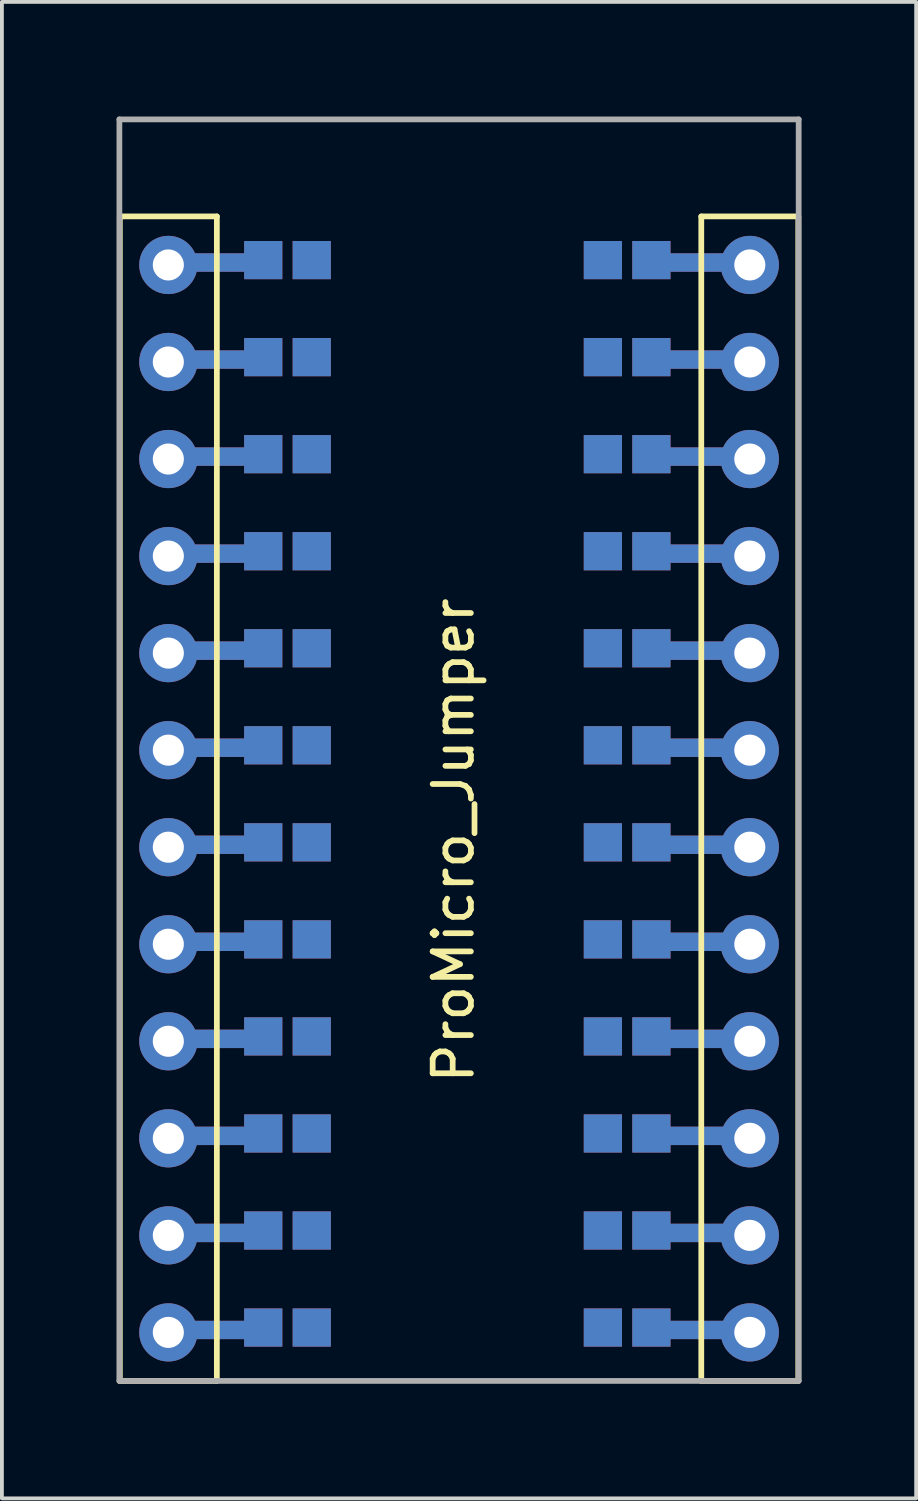
<source format=kicad_pcb>
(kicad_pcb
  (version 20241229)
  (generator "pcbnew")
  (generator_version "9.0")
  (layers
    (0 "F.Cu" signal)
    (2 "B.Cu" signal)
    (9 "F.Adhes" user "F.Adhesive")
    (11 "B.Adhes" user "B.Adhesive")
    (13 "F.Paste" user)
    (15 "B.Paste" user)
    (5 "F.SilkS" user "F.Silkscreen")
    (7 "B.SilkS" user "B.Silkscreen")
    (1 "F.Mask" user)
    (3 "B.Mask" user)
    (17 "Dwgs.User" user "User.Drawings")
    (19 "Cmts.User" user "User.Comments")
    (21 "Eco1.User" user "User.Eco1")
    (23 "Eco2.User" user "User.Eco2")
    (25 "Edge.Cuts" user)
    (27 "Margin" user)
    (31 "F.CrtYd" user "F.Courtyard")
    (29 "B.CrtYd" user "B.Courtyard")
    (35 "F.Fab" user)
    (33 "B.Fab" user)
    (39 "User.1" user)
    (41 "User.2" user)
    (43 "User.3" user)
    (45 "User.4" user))
  (footprint "ProMicro_Jumper"
    (layer "F.Cu")
    (at 8.92 18.363)
    (property "Reference" "ProMicro_Jumper" (at -0.1 0.585 270) (layer "F.SilkS") (effects (font (size 1 1) (thickness 0.15))))
    (attr through_hole)
    (fp_poly (pts (xy -5.08 -14.351) (xy -7.62 -14.351) (xy -7.62 -14.732) (xy -5.08 -14.732)) (stroke (width 0.1) (type solid)) (fill yes) (layer "F.Cu"))
    (fp_poly (pts (xy -5.08 -11.811) (xy -7.62 -11.811) (xy -7.62 -12.192) (xy -5.08 -12.192)) (stroke (width 0.1) (type solid)) (fill yes) (layer "F.Cu"))
    (fp_poly (pts (xy -5.08 -9.271) (xy -7.62 -9.271) (xy -7.62 -9.652) (xy -5.08 -9.652)) (stroke (width 0.1) (type solid)) (fill yes) (layer "F.Cu"))
    (fp_poly (pts (xy -5.08 -6.731) (xy -7.62 -6.731) (xy -7.62 -7.112) (xy -5.08 -7.112)) (stroke (width 0.1) (type solid)) (fill yes) (layer "F.Cu"))
    (fp_poly (pts (xy -5.08 -4.191) (xy -7.62 -4.191) (xy -7.62 -4.572) (xy -5.08 -4.572)) (stroke (width 0.1) (type solid)) (fill yes) (layer "F.Cu"))
    (fp_poly (pts (xy -5.08 -1.651) (xy -7.62 -1.651) (xy -7.62 -2.032) (xy -5.08 -2.032)) (stroke (width 0.1) (type solid)) (fill yes) (layer "F.Cu"))
    (fp_poly (pts (xy -5.08 0.889) (xy -7.62 0.889) (xy -7.62 0.508) (xy -5.08 0.508)) (stroke (width 0.1) (type solid)) (fill yes) (layer "F.Cu"))
    (fp_poly (pts (xy -5.08 3.429) (xy -7.62 3.429) (xy -7.62 3.048) (xy -5.08 3.048)) (stroke (width 0.1) (type solid)) (fill yes) (layer "F.Cu"))
    (fp_poly (pts (xy -5.08 5.969) (xy -7.62 5.969) (xy -7.62 5.588) (xy -5.08 5.588)) (stroke (width 0.1) (type solid)) (fill yes) (layer "F.Cu"))
    (fp_poly (pts (xy -5.08 8.509) (xy -7.62 8.509) (xy -7.62 8.128) (xy -5.08 8.128)) (stroke (width 0.1) (type solid)) (fill yes) (layer "F.Cu"))
    (fp_poly (pts (xy -5.08 11.049) (xy -7.62 11.049) (xy -7.62 10.668) (xy -5.08 10.668)) (stroke (width 0.1) (type solid)) (fill yes) (layer "F.Cu"))
    (fp_poly (pts (xy -5.08 13.589) (xy -7.62 13.589) (xy -7.62 13.208) (xy -5.08 13.208)) (stroke (width 0.1) (type solid)) (fill yes) (layer "F.Cu"))
    (fp_poly (pts (xy 7.62 -14.351) (xy 5.08 -14.351) (xy 5.08 -14.732) (xy 7.62 -14.732)) (stroke (width 0.1) (type solid)) (fill yes) (layer "F.Cu"))
    (fp_poly (pts (xy 7.62 -11.811) (xy 5.08 -11.811) (xy 5.08 -12.192) (xy 7.62 -12.192)) (stroke (width 0.1) (type solid)) (fill yes) (layer "F.Cu"))
    (fp_poly (pts (xy 7.62 -9.271) (xy 5.08 -9.271) (xy 5.08 -9.652) (xy 7.62 -9.652)) (stroke (width 0.1) (type solid)) (fill yes) (layer "F.Cu"))
    (fp_poly (pts (xy 7.62 -6.731) (xy 5.08 -6.731) (xy 5.08 -7.112) (xy 7.62 -7.112)) (stroke (width 0.1) (type solid)) (fill yes) (layer "F.Cu"))
    (fp_poly (pts (xy 7.62 -4.191) (xy 5.08 -4.191) (xy 5.08 -4.572) (xy 7.62 -4.572)) (stroke (width 0.1) (type solid)) (fill yes) (layer "F.Cu"))
    (fp_poly (pts (xy 7.62 -1.651) (xy 5.08 -1.651) (xy 5.08 -2.032) (xy 7.62 -2.032)) (stroke (width 0.1) (type solid)) (fill yes) (layer "F.Cu"))
    (fp_poly (pts (xy 7.62 0.889) (xy 5.08 0.889) (xy 5.08 0.508) (xy 7.62 0.508)) (stroke (width 0.1) (type solid)) (fill yes) (layer "F.Cu"))
    (fp_poly (pts (xy 7.62 3.429) (xy 5.08 3.429) (xy 5.08 3.048) (xy 7.62 3.048)) (stroke (width 0.1) (type solid)) (fill yes) (layer "F.Cu"))
    (fp_poly (pts (xy 7.62 5.969) (xy 5.08 5.969) (xy 5.08 5.588) (xy 7.62 5.588)) (stroke (width 0.1) (type solid)) (fill yes) (layer "F.Cu"))
    (fp_poly (pts (xy 7.62 8.509) (xy 5.08 8.509) (xy 5.08 8.128) (xy 7.62 8.128)) (stroke (width 0.1) (type solid)) (fill yes) (layer "F.Cu"))
    (fp_poly (pts (xy 7.62 11.049) (xy 5.08 11.049) (xy 5.08 10.668) (xy 7.62 10.668)) (stroke (width 0.1) (type solid)) (fill yes) (layer "F.Cu"))
    (fp_poly (pts (xy 7.62 13.589) (xy 5.08 13.589) (xy 5.08 13.208) (xy 7.62 13.208)) (stroke (width 0.1) (type solid)) (fill yes) (layer "F.Cu"))
    (fp_poly (pts (xy -5.08 -14.351) (xy -7.62 -14.351) (xy -7.62 -14.732) (xy -5.08 -14.732)) (stroke (width 0.1) (type solid)) (fill yes) (layer "B.Cu"))
    (fp_poly (pts (xy -5.08 -11.811) (xy -7.62 -11.811) (xy -7.62 -12.192) (xy -5.08 -12.192)) (stroke (width 0.1) (type solid)) (fill yes) (layer "B.Cu"))
    (fp_poly (pts (xy -5.08 -9.271) (xy -7.62 -9.271) (xy -7.62 -9.652) (xy -5.08 -9.652)) (stroke (width 0.1) (type solid)) (fill yes) (layer "B.Cu"))
    (fp_poly (pts (xy -5.08 -6.731) (xy -7.62 -6.731) (xy -7.62 -7.112) (xy -5.08 -7.112)) (stroke (width 0.1) (type solid)) (fill yes) (layer "B.Cu"))
    (fp_poly (pts (xy -5.08 -4.191) (xy -7.62 -4.191) (xy -7.62 -4.572) (xy -5.08 -4.572)) (stroke (width 0.1) (type solid)) (fill yes) (layer "B.Cu"))
    (fp_poly (pts (xy -5.08 -1.651) (xy -7.62 -1.651) (xy -7.62 -2.032) (xy -5.08 -2.032)) (stroke (width 0.1) (type solid)) (fill yes) (layer "B.Cu"))
    (fp_poly (pts (xy -5.08 0.889) (xy -7.62 0.889) (xy -7.62 0.508) (xy -5.08 0.508)) (stroke (width 0.1) (type solid)) (fill yes) (layer "B.Cu"))
    (fp_poly (pts (xy -5.08 3.429) (xy -7.62 3.429) (xy -7.62 3.048) (xy -5.08 3.048)) (stroke (width 0.1) (type solid)) (fill yes) (layer "B.Cu"))
    (fp_poly (pts (xy -5.08 5.969) (xy -7.62 5.969) (xy -7.62 5.588) (xy -5.08 5.588)) (stroke (width 0.1) (type solid)) (fill yes) (layer "B.Cu"))
    (fp_poly (pts (xy -5.08 8.509) (xy -7.62 8.509) (xy -7.62 8.128) (xy -5.08 8.128)) (stroke (width 0.1) (type solid)) (fill yes) (layer "B.Cu"))
    (fp_poly (pts (xy -5.08 11.049) (xy -7.62 11.049) (xy -7.62 10.668) (xy -5.08 10.668)) (stroke (width 0.1) (type solid)) (fill yes) (layer "B.Cu"))
    (fp_poly (pts (xy -5.08 13.589) (xy -7.62 13.589) (xy -7.62 13.208) (xy -5.08 13.208)) (stroke (width 0.1) (type solid)) (fill yes) (layer "B.Cu"))
    (fp_poly (pts (xy 7.62 -14.351) (xy 5.08 -14.351) (xy 5.08 -14.732) (xy 7.62 -14.732)) (stroke (width 0.1) (type solid)) (fill yes) (layer "B.Cu"))
    (fp_poly (pts (xy 7.62 -11.811) (xy 5.08 -11.811) (xy 5.08 -12.192) (xy 7.62 -12.192)) (stroke (width 0.1) (type solid)) (fill yes) (layer "B.Cu"))
    (fp_poly (pts (xy 7.62 -9.271) (xy 5.08 -9.271) (xy 5.08 -9.652) (xy 7.62 -9.652)) (stroke (width 0.1) (type solid)) (fill yes) (layer "B.Cu"))
    (fp_poly (pts (xy 7.62 -6.731) (xy 5.08 -6.731) (xy 5.08 -7.112) (xy 7.62 -7.112)) (stroke (width 0.1) (type solid)) (fill yes) (layer "B.Cu"))
    (fp_poly (pts (xy 7.62 -4.191) (xy 5.08 -4.191) (xy 5.08 -4.572) (xy 7.62 -4.572)) (stroke (width 0.1) (type solid)) (fill yes) (layer "B.Cu"))
    (fp_poly (pts (xy 7.62 -1.651) (xy 5.08 -1.651) (xy 5.08 -2.032) (xy 7.62 -2.032)) (stroke (width 0.1) (type solid)) (fill yes) (layer "B.Cu"))
    (fp_poly (pts (xy 7.62 0.889) (xy 5.08 0.889) (xy 5.08 0.508) (xy 7.62 0.508)) (stroke (width 0.1) (type solid)) (fill yes) (layer "B.Cu"))
    (fp_poly (pts (xy 7.62 3.429) (xy 5.08 3.429) (xy 5.08 3.048) (xy 7.62 3.048)) (stroke (width 0.1) (type solid)) (fill yes) (layer "B.Cu"))
    (fp_poly (pts (xy 7.62 5.969) (xy 5.08 5.969) (xy 5.08 5.588) (xy 7.62 5.588)) (stroke (width 0.1) (type solid)) (fill yes) (layer "B.Cu"))
    (fp_poly (pts (xy 7.62 8.509) (xy 5.08 8.509) (xy 5.08 8.128) (xy 7.62 8.128)) (stroke (width 0.1) (type solid)) (fill yes) (layer "B.Cu"))
    (fp_poly (pts (xy 7.62 11.049) (xy 5.08 11.049) (xy 5.08 10.668) (xy 7.62 10.668)) (stroke (width 0.1) (type solid)) (fill yes) (layer "B.Cu"))
    (fp_poly (pts (xy 7.62 13.589) (xy 5.08 13.589) (xy 5.08 13.208) (xy 7.62 13.208)) (stroke (width 0.1) (type solid)) (fill yes) (layer "B.Cu"))
    (fp_line (start -8.834 -15.748) (end -6.294 -15.748) (stroke (width 0.15) (type solid)) (layer "F.SilkS"))
    (fp_line (start -8.834 14.732) (end -8.834 -15.748) (stroke (width 0.15) (type solid)) (layer "F.SilkS"))
    (fp_line (start -6.294 -15.748) (end -6.294 14.732) (stroke (width 0.15) (type solid)) (layer "F.SilkS"))
    (fp_line (start -6.294 14.732) (end -8.834 14.732) (stroke (width 0.15) (type solid)) (layer "F.SilkS"))
    (fp_line (start 6.386 -15.748) (end 8.926 -15.748) (stroke (width 0.15) (type solid)) (layer "F.SilkS"))
    (fp_line (start 6.386 14.732) (end 6.386 -15.748) (stroke (width 0.15) (type solid)) (layer "F.SilkS"))
    (fp_line (start 8.926 -15.748) (end 8.926 14.732) (stroke (width 0.15) (type solid)) (layer "F.SilkS"))
    (fp_line (start 8.926 14.732) (end 6.386 14.732) (stroke (width 0.15) (type solid)) (layer "F.SilkS"))
    (fp_line (start -8.845 -18.288) (end 8.935 -18.288) (stroke (width 0.15) (type solid)) (layer "F.Fab"))
    (fp_line (start -8.845 14.732) (end -8.845 -18.288) (stroke (width 0.15) (type solid)) (layer "F.Fab"))
    (fp_line (start 8.935 -18.288) (end 8.935 14.732) (stroke (width 0.15) (type solid)) (layer "F.Fab"))
    (fp_line (start 8.935 14.732) (end -8.845 14.732) (stroke (width 0.15) (type solid)) (layer "F.Fab"))
    (fp_text user "" (at -0.5 -17.25 0) (layer "F.SilkS") (effects (font (size 1 1) (thickness 0.15))))
    (fp_text user "" (at -1.206 -16.256 0) (layer "B.SilkS") (effects (font (size 1 1) (thickness 0.15)) (justify mirror)))
    (pad "" thru_hole circle (at -7.564 -14.478) (size 1.524 1.524) (drill 0.813) (layers "*.Cu" "*.Mask"))
    (pad "" thru_hole circle (at -7.564 -11.938) (size 1.524 1.524) (drill 0.813) (layers "*.Cu" "*.Mask"))
    (pad "" thru_hole circle (at -7.564 -9.398) (size 1.524 1.524) (drill 0.813) (layers "*.Cu" "*.Mask"))
    (pad "" thru_hole circle (at -7.564 -6.858) (size 1.524 1.524) (drill 0.813) (layers "*.Cu" "*.Mask"))
    (pad "" thru_hole circle (at -7.564 -4.318) (size 1.524 1.524) (drill 0.813) (layers "*.Cu" "*.Mask"))
    (pad "" thru_hole circle (at -7.564 -1.778) (size 1.524 1.524) (drill 0.813) (layers "*.Cu" "*.Mask"))
    (pad "" thru_hole circle (at -7.564 0.762) (size 1.524 1.524) (drill 0.813) (layers "*.Cu" "*.Mask"))
    (pad "" thru_hole circle (at -7.564 3.302) (size 1.524 1.524) (drill 0.813) (layers "*.Cu" "*.Mask"))
    (pad "" thru_hole circle (at -7.564 5.842) (size 1.524 1.524) (drill 0.813) (layers "*.Cu" "*.Mask"))
    (pad "" thru_hole circle (at -7.564 8.382) (size 1.524 1.524) (drill 0.813) (layers "*.Cu" "*.Mask"))
    (pad "" thru_hole circle (at -7.564 10.922) (size 1.524 1.524) (drill 0.813) (layers "*.Cu" "*.Mask"))
    (pad "" thru_hole circle (at -7.564 13.462) (size 1.524 1.524) (drill 0.813) (layers "*.Cu" "*.Mask"))
    (pad "" smd trapezoid (at -5.08 -14.605) (size 1 1) (layers "*.Mask" "F.Cu" "F.Paste"))
    (pad "" smd trapezoid (at -5.08 -14.605) (size 1 1) (layers "*.Mask" "B.Cu" "B.Paste"))
    (pad "" smd trapezoid (at -5.08 -12.065) (size 1 1) (layers "*.Mask" "F.Cu" "F.Paste"))
    (pad "" smd trapezoid (at -5.08 -12.065) (size 1 1) (layers "*.Mask" "B.Cu" "B.Paste"))
    (pad "" smd trapezoid (at -5.08 -9.525) (size 1 1) (layers "*.Mask" "F.Cu" "F.Paste"))
    (pad "" smd trapezoid (at -5.08 -9.525) (size 1 1) (layers "*.Mask" "B.Cu" "B.Paste"))
    (pad "" smd trapezoid (at -5.08 -6.985) (size 1 1) (layers "*.Mask" "F.Cu" "F.Paste"))
    (pad "" smd trapezoid (at -5.08 -6.985) (size 1 1) (layers "*.Mask" "B.Cu" "B.Paste"))
    (pad "" smd trapezoid (at -5.08 -4.445) (size 1 1) (layers "*.Mask" "F.Cu" "F.Paste"))
    (pad "" smd trapezoid (at -5.08 -4.445) (size 1 1) (layers "*.Mask" "B.Cu" "B.Paste"))
    (pad "" smd trapezoid (at -5.08 -1.905) (size 1 1) (layers "*.Mask" "F.Cu" "F.Paste"))
    (pad "" smd trapezoid (at -5.08 -1.905) (size 1 1) (layers "*.Mask" "B.Cu" "B.Paste"))
    (pad "" smd trapezoid (at -5.08 0.635) (size 1 1) (layers "*.Mask" "F.Cu" "F.Paste"))
    (pad "" smd trapezoid (at -5.08 0.635) (size 1 1) (layers "*.Mask" "B.Cu" "B.Paste"))
    (pad "" smd trapezoid (at -5.08 3.175) (size 1 1) (layers "*.Mask" "F.Cu" "F.Paste"))
    (pad "" smd trapezoid (at -5.08 3.175) (size 1 1) (layers "*.Mask" "B.Cu" "B.Paste"))
    (pad "" smd trapezoid (at -5.08 5.715) (size 1 1) (layers "*.Mask" "F.Cu" "F.Paste"))
    (pad "" smd trapezoid (at -5.08 5.715) (size 1 1) (layers "*.Mask" "B.Cu" "B.Paste"))
    (pad "" smd trapezoid (at -5.08 8.255) (size 1 1) (layers "*.Mask" "F.Cu" "F.Paste"))
    (pad "" smd trapezoid (at -5.08 8.255) (size 1 1) (layers "*.Mask" "B.Cu" "B.Paste"))
    (pad "" smd trapezoid (at -5.08 10.795) (size 1 1) (layers "*.Mask" "F.Cu" "F.Paste"))
    (pad "" smd trapezoid (at -5.08 10.795) (size 1 1) (layers "*.Mask" "B.Cu" "B.Paste"))
    (pad "" smd trapezoid (at -5.08 13.335) (size 1 1) (layers "*.Mask" "F.Cu" "F.Paste"))
    (pad "" smd trapezoid (at -5.08 13.335) (size 1 1) (layers "*.Mask" "B.Cu" "B.Paste"))
    (pad "" smd trapezoid (at 5.08 -14.605) (size 1 1) (layers "*.Mask" "F.Cu" "F.Paste"))
    (pad "" smd trapezoid (at 5.08 -14.605) (size 1 1) (layers "*.Mask" "B.Cu" "B.Paste"))
    (pad "" smd trapezoid (at 5.08 -12.065) (size 1 1) (layers "*.Mask" "F.Cu" "F.Paste"))
    (pad "" smd trapezoid (at 5.08 -12.065) (size 1 1) (layers "*.Mask" "B.Cu" "B.Paste"))
    (pad "" smd trapezoid (at 5.08 -9.525) (size 1 1) (layers "*.Mask" "F.Cu" "F.Paste"))
    (pad "" smd trapezoid (at 5.08 -9.525) (size 1 1) (layers "*.Mask" "B.Cu" "B.Paste"))
    (pad "" smd trapezoid (at 5.08 -6.985) (size 1 1) (layers "*.Mask" "F.Cu" "F.Paste"))
    (pad "" smd trapezoid (at 5.08 -6.985) (size 1 1) (layers "*.Mask" "B.Cu" "B.Paste"))
    (pad "" smd trapezoid (at 5.08 -4.445) (size 1 1) (layers "*.Mask" "F.Cu" "F.Paste"))
    (pad "" smd trapezoid (at 5.08 -4.445) (size 1 1) (layers "*.Mask" "B.Cu" "B.Paste"))
    (pad "" smd trapezoid (at 5.08 -1.905) (size 1 1) (layers "*.Mask" "F.Cu" "F.Paste"))
    (pad "" smd trapezoid (at 5.08 -1.905) (size 1 1) (layers "*.Mask" "B.Cu" "B.Paste"))
    (pad "" smd trapezoid (at 5.08 0.635) (size 1 1) (layers "*.Mask" "F.Cu" "F.Paste"))
    (pad "" smd trapezoid (at 5.08 0.635) (size 1 1) (layers "*.Mask" "B.Cu" "B.Paste"))
    (pad "" smd trapezoid (at 5.08 3.175) (size 1 1) (layers "*.Mask" "F.Cu" "F.Paste"))
    (pad "" smd trapezoid (at 5.08 3.175) (size 1 1) (layers "*.Mask" "B.Cu" "B.Paste"))
    (pad "" smd trapezoid (at 5.08 5.715) (size 1 1) (layers "*.Mask" "F.Cu" "F.Paste"))
    (pad "" smd trapezoid (at 5.08 5.715) (size 1 1) (layers "*.Mask" "B.Cu" "B.Paste"))
    (pad "" smd trapezoid (at 5.08 8.255) (size 1 1) (layers "*.Mask" "F.Cu" "F.Paste"))
    (pad "" smd trapezoid (at 5.08 8.255) (size 1 1) (layers "*.Mask" "B.Cu" "B.Paste"))
    (pad "" smd trapezoid (at 5.08 10.795) (size 1 1) (layers "*.Mask" "F.Cu" "F.Paste"))
    (pad "" smd trapezoid (at 5.08 10.795) (size 1 1) (layers "*.Mask" "B.Cu" "B.Paste"))
    (pad "" smd trapezoid (at 5.08 13.335) (size 1 1) (layers "*.Mask" "F.Cu" "F.Paste"))
    (pad "" smd trapezoid (at 5.08 13.335) (size 1 1) (layers "*.Mask" "B.Cu" "B.Paste"))
    (pad "" thru_hole circle (at 7.656 -14.478) (size 1.524 1.524) (drill 0.813) (layers "*.Cu" "*.Mask"))
    (pad "" thru_hole circle (at 7.656 -11.938) (size 1.524 1.524) (drill 0.813) (layers "*.Cu" "*.Mask"))
    (pad "" thru_hole circle (at 7.656 -9.398) (size 1.524 1.524) (drill 0.813) (layers "*.Cu" "*.Mask"))
    (pad "" thru_hole circle (at 7.656 -6.858) (size 1.524 1.524) (drill 0.813) (layers "*.Cu" "*.Mask"))
    (pad "" thru_hole circle (at 7.656 -4.318) (size 1.524 1.524) (drill 0.813) (layers "*.Cu" "*.Mask"))
    (pad "" thru_hole circle (at 7.656 -1.778) (size 1.524 1.524) (drill 0.813) (layers "*.Cu" "*.Mask"))
    (pad "" thru_hole circle (at 7.656 0.762) (size 1.524 1.524) (drill 0.813) (layers "*.Cu" "*.Mask"))
    (pad "" thru_hole circle (at 7.656 3.302) (size 1.524 1.524) (drill 0.813) (layers "*.Cu" "*.Mask"))
    (pad "" thru_hole circle (at 7.656 5.842) (size 1.524 1.524) (drill 0.813) (layers "*.Cu" "*.Mask"))
    (pad "" thru_hole circle (at 7.656 8.382) (size 1.524 1.524) (drill 0.813) (layers "*.Cu" "*.Mask"))
    (pad "" thru_hole circle (at 7.656 10.922) (size 1.524 1.524) (drill 0.813) (layers "*.Cu" "*.Mask"))
    (pad "" thru_hole circle (at 7.656 13.462) (size 1.524 1.524) (drill 0.813) (layers "*.Cu" "*.Mask"))
    (pad "1" smd trapezoid (at -3.81 -14.605) (size 1 1) (layers "*.Mask" "B.Cu" "B.Paste"))
    (pad "1" smd trapezoid (at 3.81 -14.605) (size 1 1) (layers "*.Mask" "F.Cu" "F.Paste"))
    (pad "2" smd trapezoid (at -3.81 -12.065) (size 1 1) (layers "*.Mask" "B.Cu" "B.Paste"))
    (pad "2" smd trapezoid (at 3.81 -12.065) (size 1 1) (layers "*.Mask" "F.Cu" "F.Paste"))
    (pad "3" smd trapezoid (at -3.81 -9.525) (size 1 1) (layers "*.Mask" "B.Cu" "B.Paste"))
    (pad "3" smd trapezoid (at 3.81 -9.525) (size 1 1) (layers "*.Mask" "F.Cu" "F.Paste"))
    (pad "4" smd trapezoid (at -3.81 -6.985) (size 1 1) (layers "*.Mask" "B.Cu" "B.Paste"))
    (pad "4" smd trapezoid (at 3.81 -6.985) (size 1 1) (layers "*.Mask" "F.Cu" "F.Paste"))
    (pad "5" smd trapezoid (at -3.81 -4.445) (size 1 1) (layers "*.Mask" "B.Cu" "B.Paste"))
    (pad "5" smd trapezoid (at 3.81 -4.445) (size 1 1) (layers "*.Mask" "F.Cu" "F.Paste"))
    (pad "6" smd trapezoid (at -3.81 -1.905) (size 1 1) (layers "*.Mask" "B.Cu" "B.Paste"))
    (pad "6" smd trapezoid (at 3.81 -1.905) (size 1 1) (layers "*.Mask" "F.Cu" "F.Paste"))
    (pad "7" smd trapezoid (at -3.81 0.635) (size 1 1) (layers "*.Mask" "B.Cu" "B.Paste"))
    (pad "7" smd trapezoid (at 3.81 0.635) (size 1 1) (layers "*.Mask" "F.Cu" "F.Paste"))
    (pad "8" smd trapezoid (at -3.81 3.175) (size 1 1) (layers "*.Mask" "B.Cu" "B.Paste"))
    (pad "8" smd trapezoid (at 3.81 3.175) (size 1 1) (layers "*.Mask" "F.Cu" "F.Paste"))
    (pad "9" smd trapezoid (at -3.81 5.715) (size 1 1) (layers "*.Mask" "B.Cu" "B.Paste"))
    (pad "9" smd trapezoid (at 3.81 5.715) (size 1 1) (layers "*.Mask" "F.Cu" "F.Paste"))
    (pad "10" smd trapezoid (at -3.81 8.255) (size 1 1) (layers "*.Mask" "B.Cu" "B.Paste"))
    (pad "10" smd trapezoid (at 3.81 8.255) (size 1 1) (layers "*.Mask" "F.Cu" "F.Paste"))
    (pad "11" smd trapezoid (at -3.81 10.795) (size 1 1) (layers "*.Mask" "B.Cu" "B.Paste"))
    (pad "11" smd trapezoid (at 3.81 10.795) (size 1 1) (layers "*.Mask" "F.Cu" "F.Paste"))
    (pad "12" smd trapezoid (at -3.81 13.335) (size 1 1) (layers "*.Mask" "B.Cu" "B.Paste"))
    (pad "12" smd trapezoid (at 3.81 13.335) (size 1 1) (layers "*.Mask" "F.Cu" "F.Paste"))
    (pad "13" smd trapezoid (at -3.81 13.335) (size 1 1) (layers "*.Mask" "F.Cu" "F.Paste"))
    (pad "13" smd trapezoid (at 3.81 13.335) (size 1 1) (layers "*.Mask" "B.Cu" "B.Paste"))
    (pad "14" smd trapezoid (at -3.81 10.795) (size 1 1) (layers "*.Mask" "F.Cu" "F.Paste"))
    (pad "14" smd trapezoid (at 3.81 10.795) (size 1 1) (layers "*.Mask" "B.Cu" "B.Paste"))
    (pad "15" smd trapezoid (at -3.81 8.255) (size 1 1) (layers "*.Mask" "F.Cu" "F.Paste"))
    (pad "15" smd trapezoid (at 3.81 8.255) (size 1 1) (layers "*.Mask" "B.Cu" "B.Paste"))
    (pad "16" smd trapezoid (at -3.81 5.715) (size 1 1) (layers "*.Mask" "F.Cu" "F.Paste"))
    (pad "16" smd trapezoid (at 3.81 5.715) (size 1 1) (layers "*.Mask" "B.Cu" "B.Paste"))
    (pad "17" smd trapezoid (at -3.81 3.175) (size 1 1) (layers "*.Mask" "F.Cu" "F.Paste"))
    (pad "17" smd trapezoid (at 3.81 3.175) (size 1 1) (layers "*.Mask" "B.Cu" "B.Paste"))
    (pad "18" smd trapezoid (at -3.81 0.635) (size 1 1) (layers "*.Mask" "F.Cu" "F.Paste"))
    (pad "18" smd trapezoid (at 3.81 0.635) (size 1 1) (layers "*.Mask" "B.Cu" "B.Paste"))
    (pad "19" smd trapezoid (at -3.81 -1.905) (size 1 1) (layers "*.Mask" "F.Cu" "F.Paste"))
    (pad "19" smd trapezoid (at 3.81 -1.905) (size 1 1) (layers "*.Mask" "B.Cu" "B.Paste"))
    (pad "20" smd trapezoid (at -3.81 -4.445) (size 1 1) (layers "*.Mask" "F.Cu" "F.Paste"))
    (pad "20" smd trapezoid (at 3.81 -4.445) (size 1 1) (layers "*.Mask" "B.Cu" "B.Paste"))
    (pad "21" smd trapezoid (at -3.81 -6.985) (size 1 1) (layers "*.Mask" "F.Cu" "F.Paste"))
    (pad "21" smd trapezoid (at 3.81 -6.985) (size 1 1) (layers "*.Mask" "B.Cu" "B.Paste"))
    (pad "22" smd trapezoid (at -3.81 -9.525) (size 1 1) (layers "*.Mask" "F.Cu" "F.Paste"))
    (pad "22" smd trapezoid (at 3.81 -9.525) (size 1 1) (layers "*.Mask" "B.Cu" "B.Paste"))
    (pad "23" smd trapezoid (at -3.81 -12.065) (size 1 1) (layers "*.Mask" "F.Cu" "F.Paste"))
    (pad "23" smd trapezoid (at 3.81 -12.065) (size 1 1) (layers "*.Mask" "B.Cu" "B.Paste"))
    (pad "24" smd trapezoid (at -3.81 -14.605) (size 1 1) (layers "*.Mask" "F.Cu" "F.Paste"))
    (pad "24" smd trapezoid (at 3.81 -14.605) (size 1 1) (layers "*.Mask" "B.Cu" "B.Paste")))
  (gr_rect
    (start -3 -3)
    (end 20.93 36.17)
    (stroke (width 0.1) (type default))
    (fill no)
    (layer "Edge.Cuts")))
</source>
